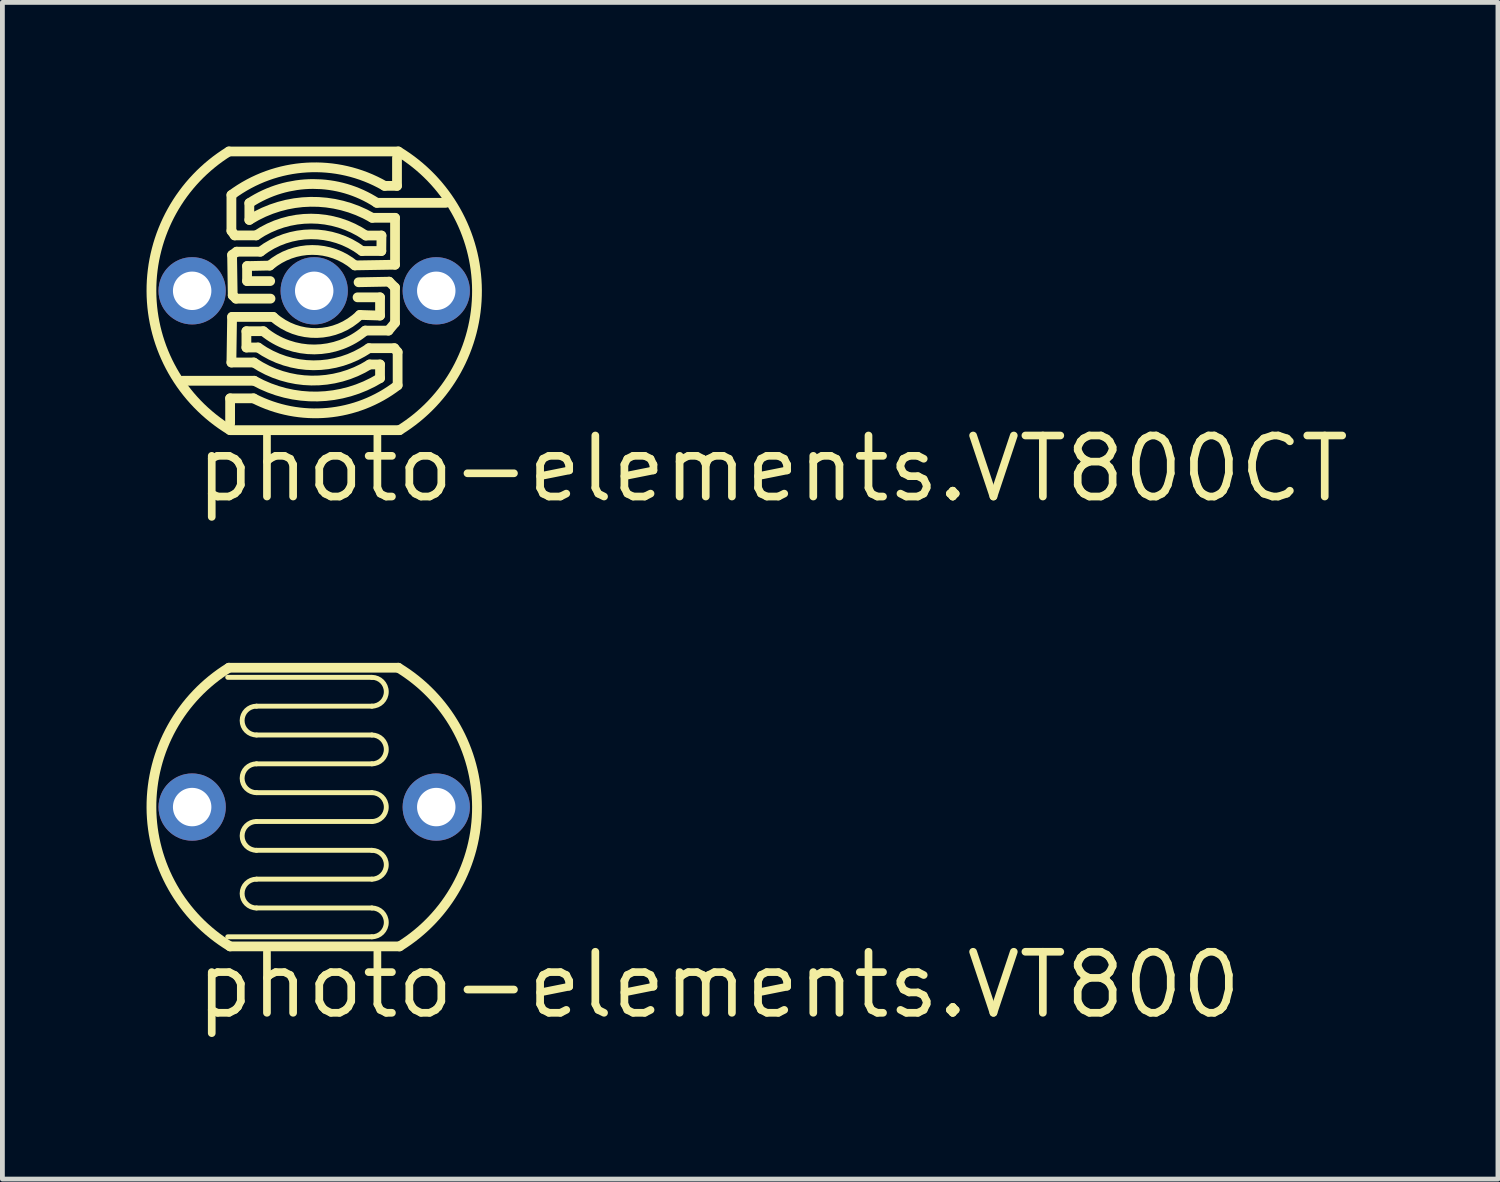
<source format=kicad_pcb>
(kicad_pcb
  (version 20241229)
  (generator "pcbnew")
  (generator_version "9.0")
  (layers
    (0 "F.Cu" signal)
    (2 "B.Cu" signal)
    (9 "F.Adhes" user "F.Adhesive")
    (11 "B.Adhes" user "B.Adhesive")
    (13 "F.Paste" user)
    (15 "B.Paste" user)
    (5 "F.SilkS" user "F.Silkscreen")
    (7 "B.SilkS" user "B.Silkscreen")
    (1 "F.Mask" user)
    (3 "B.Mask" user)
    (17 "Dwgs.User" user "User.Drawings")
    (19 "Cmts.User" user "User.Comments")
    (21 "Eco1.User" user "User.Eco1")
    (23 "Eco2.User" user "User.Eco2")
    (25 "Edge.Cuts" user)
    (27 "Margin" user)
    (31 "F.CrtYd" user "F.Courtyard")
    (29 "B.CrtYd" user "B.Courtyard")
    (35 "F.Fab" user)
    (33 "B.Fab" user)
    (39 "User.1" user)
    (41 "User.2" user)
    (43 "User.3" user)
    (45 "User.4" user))
  (footprint "photo-elements.VT800"
    (layer "F.Cu")
    (at 3.489 13.746)
    (property "Reference" "photo-elements.VT800" (at -2.54 4.445 0) (layer "F.SilkS") (effects (font (size 1.27 1.27) (thickness 0.16)) (justify left bottom)))
    (attr through_hole)
    (fp_line (start -1.775 -2.9) (end 1.75 -2.9) (stroke (width 0.203) (type default)) (layer "F.SilkS"))
    (fp_line (start -1.2 -2.1) (end 1.2 -2.1) (stroke (width 0.102) (type default)) (layer "F.SilkS"))
    (fp_line (start -1.2 -0.9) (end 1.2 -0.9) (stroke (width 0.102) (type default)) (layer "F.SilkS"))
    (fp_line (start -1.2 -0.3) (end 1.2 -0.3) (stroke (width 0.102) (type default)) (layer "F.SilkS"))
    (fp_line (start -1.2 0.9) (end 1.2 0.9) (stroke (width 0.102) (type default)) (layer "F.SilkS"))
    (fp_line (start -1.2 2.1) (end 1.2 2.1) (stroke (width 0.102) (type default)) (layer "F.SilkS"))
    (fp_line (start 1.2 -2.7) (end -1.8 -2.7) (stroke (width 0.102) (type default)) (layer "F.SilkS"))
    (fp_line (start 1.2 -1.5) (end -1.2 -1.5) (stroke (width 0.102) (type default)) (layer "F.SilkS"))
    (fp_line (start 1.2 0.3) (end -1.2 0.3) (stroke (width 0.102) (type default)) (layer "F.SilkS"))
    (fp_line (start 1.2 1.5) (end -1.2 1.5) (stroke (width 0.102) (type default)) (layer "F.SilkS"))
    (fp_line (start 1.2 2.7) (end -1.8 2.7) (stroke (width 0.102) (type default)) (layer "F.SilkS"))
    (fp_line (start 1.775 2.9) (end -1.75 2.9) (stroke (width 0.203) (type default)) (layer "F.SilkS"))
    (fp_arc (start -1.75 2.9) (mid -3.387592 0.007005) (end -1.775 -2.9) (stroke (width 0.2032) (type default)) (layer "F.SilkS"))
    (fp_arc (start -1.2 -1.5) (mid -1.5 -1.8) (end -1.2 -2.1) (stroke (width 0.1016) (type default)) (layer "F.SilkS"))
    (fp_arc (start -1.2 -0.3) (mid -1.5 -0.6) (end -1.2 -0.9) (stroke (width 0.1016) (type default)) (layer "F.SilkS"))
    (fp_arc (start -1.2 0.9) (mid -1.5 0.6) (end -1.2 0.3) (stroke (width 0.1016) (type default)) (layer "F.SilkS"))
    (fp_arc (start -1.2 2.1) (mid -1.5 1.8) (end -1.2 1.5) (stroke (width 0.1016) (type default)) (layer "F.SilkS"))
    (fp_arc (start 1.2 -2.7) (mid 1.5 -2.4) (end 1.2 -2.1) (stroke (width 0.1016) (type default)) (layer "F.SilkS"))
    (fp_arc (start 1.2 -1.5) (mid 1.5 -1.2) (end 1.2 -0.9) (stroke (width 0.1016) (type default)) (layer "F.SilkS"))
    (fp_arc (start 1.2 -0.3) (mid 1.5 0) (end 1.2 0.3) (stroke (width 0.1016) (type default)) (layer "F.SilkS"))
    (fp_arc (start 1.2 0.9) (mid 1.5 1.2) (end 1.2 1.5) (stroke (width 0.1016) (type default)) (layer "F.SilkS"))
    (fp_arc (start 1.2 2.1) (mid 1.5 2.4) (end 1.2 2.7) (stroke (width 0.1016) (type default)) (layer "F.SilkS"))
    (fp_arc (start 1.75 -2.9) (mid 3.387592 -0.007005) (end 1.775 2.9) (stroke (width 0.2032) (type default)) (layer "F.SilkS"))
    (pad "1" thru_hole circle (at -2.54 0) (size 1.4 1.4) (drill 0.8) (layers "*.Cu" "*.Mask"))
    (pad "2" thru_hole circle (at 2.54 0) (size 1.4 1.4) (drill 0.8) (layers "*.Cu" "*.Mask")))
  (footprint "photo-elements.VT800CT"
    (layer "F.Cu")
    (at 3.489 3.002)
    (property "Reference" "photo-elements.VT800CT" (at -2.54 4.445 0) (layer "F.SilkS") (effects (font (size 1.27 1.27) (thickness 0.16)) (justify left bottom)))
    (attr through_hole)
    (fp_line (start -2.74 1.872) (end -1.248 1.872) (stroke (width 0.203) (type default)) (layer "F.SilkS"))
    (fp_line (start -1.775 -2.9) (end 1.75 -2.9) (stroke (width 0.203) (type default)) (layer "F.SilkS"))
    (fp_line (start -1.75 2.238) (end -1.75 2.768) (stroke (width 0.203) (type default)) (layer "F.SilkS"))
    (fp_line (start -1.723 -1.248) (end -1.723 -1.994) (stroke (width 0.203) (type default)) (layer "F.SilkS"))
    (fp_line (start -1.723 1.492) (end -1.709 0.543) (stroke (width 0.203) (type default)) (layer "F.SilkS"))
    (fp_line (start -1.709 -0.746) (end -1.614 -0.814) (stroke (width 0.203) (type default)) (layer "F.SilkS"))
    (fp_line (start -1.709 0.543) (end -0.855 0.543) (stroke (width 0.203) (type default)) (layer "F.SilkS"))
    (fp_line (start -1.696 0.095) (end -1.709 -0.746) (stroke (width 0.203) (type default)) (layer "F.SilkS"))
    (fp_line (start -1.655 -1.153) (end -1.723 -1.248) (stroke (width 0.203) (type default)) (layer "F.SilkS"))
    (fp_line (start -1.628 0.163) (end -1.696 0.095) (stroke (width 0.203) (type default)) (layer "F.SilkS"))
    (fp_line (start -1.614 -0.814) (end -1.12 -0.814) (stroke (width 0.203) (type default)) (layer "F.SilkS"))
    (fp_line (start -1.411 0.841) (end -1.411 1.18) (stroke (width 0.203) (type default)) (layer "F.SilkS"))
    (fp_line (start -1.411 1.18) (end -1.167 1.18) (stroke (width 0.203) (type default)) (layer "F.SilkS"))
    (fp_line (start -1.397 -0.515) (end -1.397 -0.203) (stroke (width 0.203) (type default)) (layer "F.SilkS"))
    (fp_line (start -1.397 -0.203) (end -0.916 -0.203) (stroke (width 0.203) (type default)) (layer "F.SilkS"))
    (fp_line (start -1.35 -1.825) (end -1.35 -1.475) (stroke (width 0.203) (type default)) (layer "F.SilkS"))
    (fp_line (start -1.262 2.238) (end -1.75 2.238) (stroke (width 0.203) (type default)) (layer "F.SilkS"))
    (fp_line (start -1.257 1.492) (end -1.723 1.492) (stroke (width 0.203) (type default)) (layer "F.SilkS"))
    (fp_line (start -1.207 -1.153) (end -1.655 -1.153) (stroke (width 0.203) (type default)) (layer "F.SilkS"))
    (fp_line (start -1.058 0.841) (end -1.411 0.841) (stroke (width 0.203) (type default)) (layer "F.SilkS"))
    (fp_line (start -0.925 -0.525) (end -1.397 -0.515) (stroke (width 0.203) (type default)) (layer "F.SilkS"))
    (fp_line (start -0.909 0.163) (end -1.628 0.163) (stroke (width 0.203) (type default)) (layer "F.SilkS"))
    (fp_line (start 0.923 -0.178) (end 1.56 -0.19) (stroke (width 0.203) (type default)) (layer "F.SilkS"))
    (fp_line (start 0.95 0.502) (end 1.37 0.515) (stroke (width 0.203) (type default)) (layer "F.SilkS"))
    (fp_line (start 0.995 -0.828) (end 1.397 -0.828) (stroke (width 0.203) (type default)) (layer "F.SilkS"))
    (fp_line (start 1.139 1.194) (end 1.669 1.194) (stroke (width 0.203) (type default)) (layer "F.SilkS"))
    (fp_line (start 1.207 -1.519) (end 1.682 -1.519) (stroke (width 0.203) (type default)) (layer "F.SilkS"))
    (fp_line (start 1.37 0.136) (end 0.902 0.136) (stroke (width 0.203) (type default)) (layer "F.SilkS"))
    (fp_line (start 1.37 0.515) (end 1.37 0.136) (stroke (width 0.203) (type default)) (layer "F.SilkS"))
    (fp_line (start 1.37 1.533) (end 1.153 1.533) (stroke (width 0.203) (type default)) (layer "F.SilkS"))
    (fp_line (start 1.37 1.818) (end 1.37 1.533) (stroke (width 0.203) (type default)) (layer "F.SilkS"))
    (fp_line (start 1.397 -0.828) (end 1.4 -1.15) (stroke (width 0.203) (type default)) (layer "F.SilkS"))
    (fp_line (start 1.4 -1.15) (end 1.075 -1.15) (stroke (width 0.203) (type default)) (layer "F.SilkS"))
    (fp_line (start 1.465 -2.184) (end 1.723 -2.184) (stroke (width 0.203) (type default)) (layer "F.SilkS"))
    (fp_line (start 1.546 0.828) (end 1.063 0.828) (stroke (width 0.203) (type default)) (layer "F.SilkS"))
    (fp_line (start 1.56 -0.19) (end 1.682 -0.068) (stroke (width 0.203) (type default)) (layer "F.SilkS"))
    (fp_line (start 1.669 1.194) (end 1.736 1.275) (stroke (width 0.203) (type default)) (layer "F.SilkS"))
    (fp_line (start 1.682 -1.519) (end 1.682 -0.543) (stroke (width 0.203) (type default)) (layer "F.SilkS"))
    (fp_line (start 1.682 -0.543) (end 0.845 -0.529) (stroke (width 0.203) (type default)) (layer "F.SilkS"))
    (fp_line (start 1.682 -0.068) (end 1.682 0.665) (stroke (width 0.203) (type default)) (layer "F.SilkS"))
    (fp_line (start 1.682 0.665) (end 1.546 0.828) (stroke (width 0.203) (type default)) (layer "F.SilkS"))
    (fp_line (start 1.723 -2.184) (end 1.723 -2.768) (stroke (width 0.203) (type default)) (layer "F.SilkS"))
    (fp_line (start 1.736 1.275) (end 1.736 1.967) (stroke (width 0.203) (type default)) (layer "F.SilkS"))
    (fp_line (start 1.775 2.9) (end -1.75 2.9) (stroke (width 0.203) (type default)) (layer "F.SilkS"))
    (fp_line (start 2.74 -1.831) (end 1.302 -1.831) (stroke (width 0.203) (type default)) (layer "F.SilkS"))
    (fp_arc (start -1.75 2.9) (mid -3.387592 0.007005) (end -1.775 -2.9) (stroke (width 0.2032) (type default)) (layer "F.SilkS"))
    (fp_arc (start -1.7229 -1.9942) (mid -0.157238 -2.564887) (end 1.4651 -2.1841) (stroke (width 0.2032) (type default)) (layer "F.SilkS"))
    (fp_arc (start -1.35 -1.825) (mid -0.024802 -2.222886) (end 1.3023 -1.8314) (stroke (width 0.2032) (type default)) (layer "F.SilkS"))
    (fp_arc (start -1.35 -1.475) (mid -0.077461 -1.852046) (end 1.2074 -1.5194) (stroke (width 0.2032) (type default)) (layer "F.SilkS"))
    (fp_arc (start -1.2074 -1.1531) (mid -0.065724 -1.502141) (end 1.075 -1.15) (stroke (width 0.2032) (type default)) (layer "F.SilkS"))
    (fp_arc (start -1.1196 -0.814) (mid -0.064767 -1.175798) (end 0.9946 -0.8275) (stroke (width 0.2032) (type default)) (layer "F.SilkS"))
    (fp_arc (start -0.925 -0.525) (mid -0.040548 -0.850031) (end 0.8454 -0.5291) (stroke (width 0.2032) (type default)) (layer "F.SilkS"))
    (fp_arc (start 0.9496 0.5019) (mid 0.055487 0.878528) (end -0.8547 0.5426) (stroke (width 0.2032) (type default)) (layer "F.SilkS"))
    (fp_arc (start 1.0632 0.8275) (mid 0.005026 1.220493) (end -1.0581 0.8411) (stroke (width 0.2032) (type default)) (layer "F.SilkS"))
    (fp_arc (start 1.1395 1.1938) (mid -0.015741 1.550011) (end -1.1667 1.1802) (stroke (width 0.2032) (type default)) (layer "F.SilkS"))
    (fp_arc (start 1.1531 1.533) (mid -0.057752 1.867977) (end -1.2566 1.4923) (stroke (width 0.2032) (type default)) (layer "F.SilkS"))
    (fp_arc (start 1.3702 1.8178) (mid 0.068408 2.199739) (end -1.2481 1.8721) (stroke (width 0.2032) (type default)) (layer "F.SilkS"))
    (fp_arc (start 1.7364 1.9671) (mid 0.276849 2.538685) (end -1.2616 2.2384) (stroke (width 0.2032) (type default)) (layer "F.SilkS"))
    (fp_arc (start 1.75 -2.9) (mid 3.387592 -0.007005) (end 1.775 2.9) (stroke (width 0.2032) (type default)) (layer "F.SilkS"))
    (pad "1" thru_hole circle (at -2.54 0) (size 1.4 1.4) (drill 0.8) (layers "*.Cu" "*.Mask"))
    (pad "2" thru_hole circle (at 0 0) (size 1.4 1.4) (drill 0.8) (layers "*.Cu" "*.Mask"))
    (pad "3" thru_hole circle (at 2.54 0) (size 1.4 1.4) (drill 0.8) (layers "*.Cu" "*.Mask")))
  (gr_rect
    (start -3 -3)
    (end 28.124 21.488)
    (stroke (width 0.1) (type default))
    (fill no)
    (layer "Edge.Cuts")))
</source>
